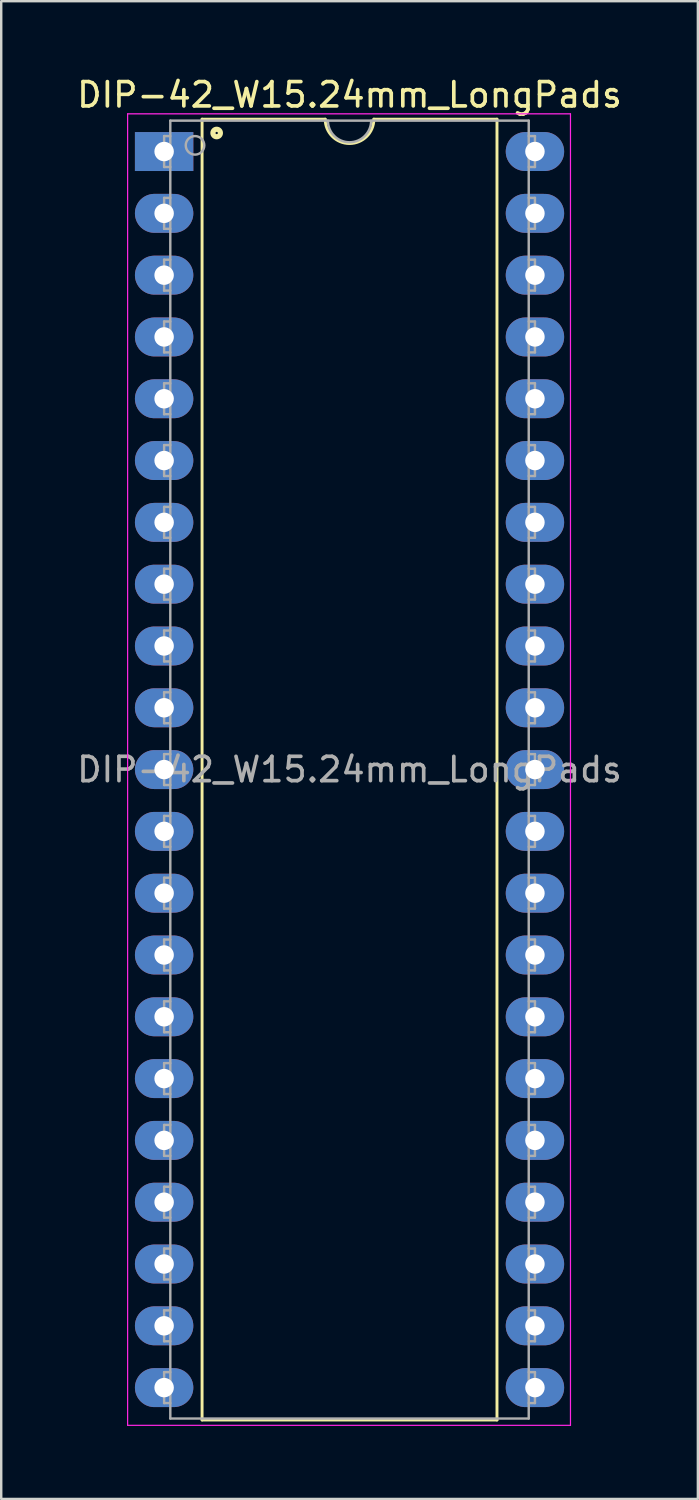
<source format=kicad_pcb>
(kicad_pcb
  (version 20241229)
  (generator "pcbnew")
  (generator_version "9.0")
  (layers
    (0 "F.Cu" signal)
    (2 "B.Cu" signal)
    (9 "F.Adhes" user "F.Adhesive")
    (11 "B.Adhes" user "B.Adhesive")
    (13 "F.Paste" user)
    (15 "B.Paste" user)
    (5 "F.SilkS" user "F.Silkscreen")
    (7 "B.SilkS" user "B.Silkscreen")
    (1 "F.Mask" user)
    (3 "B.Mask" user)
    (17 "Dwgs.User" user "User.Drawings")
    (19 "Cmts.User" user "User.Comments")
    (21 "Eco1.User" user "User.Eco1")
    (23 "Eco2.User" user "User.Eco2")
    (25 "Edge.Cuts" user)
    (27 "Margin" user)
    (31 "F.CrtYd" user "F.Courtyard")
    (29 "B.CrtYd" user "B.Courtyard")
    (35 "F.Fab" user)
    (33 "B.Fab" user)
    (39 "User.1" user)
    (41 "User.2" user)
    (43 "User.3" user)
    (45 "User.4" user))
  (footprint "DIP-42_W15.24mm_LongPads"
    (layer "F.Cu")
    (at 3.695 3.178)
    (property "Reference" "DIP-42_W15.24mm_LongPads" (at 7.62 -2.33 0) (layer "F.SilkS") (effects (font (size 1 1) (thickness 0.15))))
    (attr through_hole)
    (fp_line (start 1.56 -1.33) (end 1.56 52.13) (stroke (width 0.12) (type solid)) (layer "F.SilkS"))
    (fp_line (start 1.56 52.13) (end 13.68 52.13) (stroke (width 0.12) (type solid)) (layer "F.SilkS"))
    (fp_line (start 6.62 -1.33) (end 1.56 -1.33) (stroke (width 0.12) (type solid)) (layer "F.SilkS"))
    (fp_line (start 13.68 -1.33) (end 8.62 -1.33) (stroke (width 0.12) (type solid)) (layer "F.SilkS"))
    (fp_line (start 13.68 52.13) (end 13.68 -1.33) (stroke (width 0.12) (type solid)) (layer "F.SilkS"))
    (fp_arc (start 8.62 -1.33) (mid 7.62 -0.33) (end 6.62 -1.33) (stroke (width 0.12) (type solid)) (layer "F.SilkS"))
    (fp_circle (center 2.159 -0.762) (end 2.209 -0.762) (stroke (width 0.12) (type solid)) (fill no) (layer "F.SilkS"))
    (fp_circle (center 2.159 -0.762) (end 2.284 -0.762) (stroke (width 0.12) (type solid)) (fill no) (layer "F.SilkS"))
    (fp_circle (center 2.159 -0.762) (end 2.359 -0.762) (stroke (width 0.12) (type solid)) (fill no) (layer "F.SilkS"))
    (fp_line (start -1.5 -1.55) (end -1.5 52.35) (stroke (width 0.05) (type solid)) (layer "F.CrtYd"))
    (fp_line (start -1.5 52.35) (end 16.7 52.35) (stroke (width 0.05) (type solid)) (layer "F.CrtYd"))
    (fp_line (start 16.7 -1.55) (end -1.5 -1.55) (stroke (width 0.05) (type solid)) (layer "F.CrtYd"))
    (fp_line (start 16.7 52.35) (end 16.7 -1.55) (stroke (width 0.05) (type solid)) (layer "F.CrtYd"))
    (fp_line (start 0 -0.635) (end 0 0.635) (stroke (width 0.1) (type solid)) (layer "F.Fab"))
    (fp_line (start 0 -0.635) (end 0.254 -0.635) (stroke (width 0.1) (type solid)) (layer "F.Fab"))
    (fp_line (start 0 0.635) (end 0.254 0.635) (stroke (width 0.1) (type solid)) (layer "F.Fab"))
    (fp_line (start 0 1.905) (end 0 3.175) (stroke (width 0.1) (type solid)) (layer "F.Fab"))
    (fp_line (start 0 1.905) (end 0.254 1.905) (stroke (width 0.1) (type solid)) (layer "F.Fab"))
    (fp_line (start 0 3.175) (end 0.254 3.175) (stroke (width 0.1) (type solid)) (layer "F.Fab"))
    (fp_line (start 0 4.445) (end 0 5.715) (stroke (width 0.1) (type solid)) (layer "F.Fab"))
    (fp_line (start 0 4.445) (end 0.254 4.445) (stroke (width 0.1) (type solid)) (layer "F.Fab"))
    (fp_line (start 0 5.715) (end 0.254 5.715) (stroke (width 0.1) (type solid)) (layer "F.Fab"))
    (fp_line (start 0 6.985) (end 0 8.255) (stroke (width 0.1) (type solid)) (layer "F.Fab"))
    (fp_line (start 0 6.985) (end 0.254 6.985) (stroke (width 0.1) (type solid)) (layer "F.Fab"))
    (fp_line (start 0 8.255) (end 0.254 8.255) (stroke (width 0.1) (type solid)) (layer "F.Fab"))
    (fp_line (start 0 9.525) (end 0 10.795) (stroke (width 0.1) (type solid)) (layer "F.Fab"))
    (fp_line (start 0 9.525) (end 0.254 9.525) (stroke (width 0.1) (type solid)) (layer "F.Fab"))
    (fp_line (start 0 10.795) (end 0.254 10.795) (stroke (width 0.1) (type solid)) (layer "F.Fab"))
    (fp_line (start 0 12.065) (end 0 13.335) (stroke (width 0.1) (type solid)) (layer "F.Fab"))
    (fp_line (start 0 12.065) (end 0.254 12.065) (stroke (width 0.1) (type solid)) (layer "F.Fab"))
    (fp_line (start 0 13.335) (end 0.254 13.335) (stroke (width 0.1) (type solid)) (layer "F.Fab"))
    (fp_line (start 0 14.605) (end 0 15.875) (stroke (width 0.1) (type solid)) (layer "F.Fab"))
    (fp_line (start 0 14.605) (end 0.254 14.605) (stroke (width 0.1) (type solid)) (layer "F.Fab"))
    (fp_line (start 0 15.875) (end 0.254 15.875) (stroke (width 0.1) (type solid)) (layer "F.Fab"))
    (fp_line (start 0 17.145) (end 0 18.415) (stroke (width 0.1) (type solid)) (layer "F.Fab"))
    (fp_line (start 0 17.145) (end 0.254 17.145) (stroke (width 0.1) (type solid)) (layer "F.Fab"))
    (fp_line (start 0 18.415) (end 0.254 18.415) (stroke (width 0.1) (type solid)) (layer "F.Fab"))
    (fp_line (start 0 19.685) (end 0 20.955) (stroke (width 0.1) (type solid)) (layer "F.Fab"))
    (fp_line (start 0 19.685) (end 0.254 19.685) (stroke (width 0.1) (type solid)) (layer "F.Fab"))
    (fp_line (start 0 20.955) (end 0.254 20.955) (stroke (width 0.1) (type solid)) (layer "F.Fab"))
    (fp_line (start 0 22.225) (end 0 23.495) (stroke (width 0.1) (type solid)) (layer "F.Fab"))
    (fp_line (start 0 22.225) (end 0.254 22.225) (stroke (width 0.1) (type solid)) (layer "F.Fab"))
    (fp_line (start 0 23.495) (end 0.254 23.495) (stroke (width 0.1) (type solid)) (layer "F.Fab"))
    (fp_line (start 0 24.765) (end 0 26.035) (stroke (width 0.1) (type solid)) (layer "F.Fab"))
    (fp_line (start 0 24.765) (end 0.254 24.765) (stroke (width 0.1) (type solid)) (layer "F.Fab"))
    (fp_line (start 0 26.035) (end 0.254 26.035) (stroke (width 0.1) (type solid)) (layer "F.Fab"))
    (fp_line (start 0 27.305) (end 0 28.575) (stroke (width 0.1) (type solid)) (layer "F.Fab"))
    (fp_line (start 0 27.305) (end 0.254 27.305) (stroke (width 0.1) (type solid)) (layer "F.Fab"))
    (fp_line (start 0 28.575) (end 0.254 28.575) (stroke (width 0.1) (type solid)) (layer "F.Fab"))
    (fp_line (start 0 29.845) (end 0 31.115) (stroke (width 0.1) (type solid)) (layer "F.Fab"))
    (fp_line (start 0 29.845) (end 0.254 29.845) (stroke (width 0.1) (type solid)) (layer "F.Fab"))
    (fp_line (start 0 31.115) (end 0.254 31.115) (stroke (width 0.1) (type solid)) (layer "F.Fab"))
    (fp_line (start 0 32.385) (end 0 33.655) (stroke (width 0.1) (type solid)) (layer "F.Fab"))
    (fp_line (start 0 32.385) (end 0.254 32.385) (stroke (width 0.1) (type solid)) (layer "F.Fab"))
    (fp_line (start 0 33.655) (end 0.254 33.655) (stroke (width 0.1) (type solid)) (layer "F.Fab"))
    (fp_line (start 0 34.925) (end 0 36.195) (stroke (width 0.1) (type solid)) (layer "F.Fab"))
    (fp_line (start 0 34.925) (end 0.254 34.925) (stroke (width 0.1) (type solid)) (layer "F.Fab"))
    (fp_line (start 0 36.195) (end 0.254 36.195) (stroke (width 0.1) (type solid)) (layer "F.Fab"))
    (fp_line (start 0 37.465) (end 0 38.735) (stroke (width 0.1) (type solid)) (layer "F.Fab"))
    (fp_line (start 0 37.465) (end 0.254 37.465) (stroke (width 0.1) (type solid)) (layer "F.Fab"))
    (fp_line (start 0 38.735) (end 0.254 38.735) (stroke (width 0.1) (type solid)) (layer "F.Fab"))
    (fp_line (start 0 40.005) (end 0 41.275) (stroke (width 0.1) (type solid)) (layer "F.Fab"))
    (fp_line (start 0 40.005) (end 0.254 40.005) (stroke (width 0.1) (type solid)) (layer "F.Fab"))
    (fp_line (start 0 41.275) (end 0.254 41.275) (stroke (width 0.1) (type solid)) (layer "F.Fab"))
    (fp_line (start 0 42.545) (end 0 43.815) (stroke (width 0.1) (type solid)) (layer "F.Fab"))
    (fp_line (start 0 42.545) (end 0.254 42.545) (stroke (width 0.1) (type solid)) (layer "F.Fab"))
    (fp_line (start 0 43.815) (end 0.254 43.815) (stroke (width 0.1) (type solid)) (layer "F.Fab"))
    (fp_line (start 0 45.085) (end 0 46.355) (stroke (width 0.1) (type solid)) (layer "F.Fab"))
    (fp_line (start 0 45.085) (end 0.254 45.085) (stroke (width 0.1) (type solid)) (layer "F.Fab"))
    (fp_line (start 0 46.355) (end 0.254 46.355) (stroke (width 0.1) (type solid)) (layer "F.Fab"))
    (fp_line (start 0 47.625) (end 0 48.895) (stroke (width 0.1) (type solid)) (layer "F.Fab"))
    (fp_line (start 0 47.625) (end 0.254 47.625) (stroke (width 0.1) (type solid)) (layer "F.Fab"))
    (fp_line (start 0 48.895) (end 0.254 48.895) (stroke (width 0.1) (type solid)) (layer "F.Fab"))
    (fp_line (start 0 50.165) (end 0 51.435) (stroke (width 0.1) (type solid)) (layer "F.Fab"))
    (fp_line (start 0 50.165) (end 0.254 50.165) (stroke (width 0.1) (type solid)) (layer "F.Fab"))
    (fp_line (start 0 51.435) (end 0.254 51.435) (stroke (width 0.1) (type solid)) (layer "F.Fab"))
    (fp_line (start 0.254 -1.27) (end 14.985 -1.27) (stroke (width 0.1) (type solid)) (layer "F.Fab"))
    (fp_line (start 0.255 52.07) (end 0.254 -1.27) (stroke (width 0.1) (type solid)) (layer "F.Fab"))
    (fp_line (start 14.985 -1.27) (end 14.985 52.07) (stroke (width 0.1) (type solid)) (layer "F.Fab"))
    (fp_line (start 14.985 52.07) (end 0.255 52.07) (stroke (width 0.1) (type solid)) (layer "F.Fab"))
    (fp_line (start 15.24 -0.635) (end 14.986 -0.635) (stroke (width 0.1) (type solid)) (layer "F.Fab"))
    (fp_line (start 15.24 0.635) (end 14.986 0.635) (stroke (width 0.1) (type solid)) (layer "F.Fab"))
    (fp_line (start 15.24 0.635) (end 15.24 -0.635) (stroke (width 0.1) (type solid)) (layer "F.Fab"))
    (fp_line (start 15.24 1.905) (end 14.986 1.905) (stroke (width 0.1) (type solid)) (layer "F.Fab"))
    (fp_line (start 15.24 3.175) (end 14.986 3.175) (stroke (width 0.1) (type solid)) (layer "F.Fab"))
    (fp_line (start 15.24 3.175) (end 15.24 1.905) (stroke (width 0.1) (type solid)) (layer "F.Fab"))
    (fp_line (start 15.24 4.445) (end 14.986 4.445) (stroke (width 0.1) (type solid)) (layer "F.Fab"))
    (fp_line (start 15.24 5.715) (end 14.986 5.715) (stroke (width 0.1) (type solid)) (layer "F.Fab"))
    (fp_line (start 15.24 5.715) (end 15.24 4.445) (stroke (width 0.1) (type solid)) (layer "F.Fab"))
    (fp_line (start 15.24 6.985) (end 14.986 6.985) (stroke (width 0.1) (type solid)) (layer "F.Fab"))
    (fp_line (start 15.24 8.255) (end 14.986 8.255) (stroke (width 0.1) (type solid)) (layer "F.Fab"))
    (fp_line (start 15.24 8.255) (end 15.24 6.985) (stroke (width 0.1) (type solid)) (layer "F.Fab"))
    (fp_line (start 15.24 9.525) (end 14.986 9.525) (stroke (width 0.1) (type solid)) (layer "F.Fab"))
    (fp_line (start 15.24 10.795) (end 14.986 10.795) (stroke (width 0.1) (type solid)) (layer "F.Fab"))
    (fp_line (start 15.24 10.795) (end 15.24 9.525) (stroke (width 0.1) (type solid)) (layer "F.Fab"))
    (fp_line (start 15.24 12.065) (end 14.986 12.065) (stroke (width 0.1) (type solid)) (layer "F.Fab"))
    (fp_line (start 15.24 13.335) (end 14.986 13.335) (stroke (width 0.1) (type solid)) (layer "F.Fab"))
    (fp_line (start 15.24 13.335) (end 15.24 12.065) (stroke (width 0.1) (type solid)) (layer "F.Fab"))
    (fp_line (start 15.24 14.605) (end 14.986 14.605) (stroke (width 0.1) (type solid)) (layer "F.Fab"))
    (fp_line (start 15.24 15.875) (end 14.986 15.875) (stroke (width 0.1) (type solid)) (layer "F.Fab"))
    (fp_line (start 15.24 15.875) (end 15.24 14.605) (stroke (width 0.1) (type solid)) (layer "F.Fab"))
    (fp_line (start 15.24 17.145) (end 14.986 17.145) (stroke (width 0.1) (type solid)) (layer "F.Fab"))
    (fp_line (start 15.24 18.415) (end 14.986 18.415) (stroke (width 0.1) (type solid)) (layer "F.Fab"))
    (fp_line (start 15.24 18.415) (end 15.24 17.145) (stroke (width 0.1) (type solid)) (layer "F.Fab"))
    (fp_line (start 15.24 19.685) (end 14.986 19.685) (stroke (width 0.1) (type solid)) (layer "F.Fab"))
    (fp_line (start 15.24 20.955) (end 14.986 20.955) (stroke (width 0.1) (type solid)) (layer "F.Fab"))
    (fp_line (start 15.24 20.955) (end 15.24 19.685) (stroke (width 0.1) (type solid)) (layer "F.Fab"))
    (fp_line (start 15.24 22.225) (end 14.986 22.225) (stroke (width 0.1) (type solid)) (layer "F.Fab"))
    (fp_line (start 15.24 23.495) (end 14.986 23.495) (stroke (width 0.1) (type solid)) (layer "F.Fab"))
    (fp_line (start 15.24 23.495) (end 15.24 22.225) (stroke (width 0.1) (type solid)) (layer "F.Fab"))
    (fp_line (start 15.24 24.765) (end 14.986 24.765) (stroke (width 0.1) (type solid)) (layer "F.Fab"))
    (fp_line (start 15.24 26.035) (end 14.986 26.035) (stroke (width 0.1) (type solid)) (layer "F.Fab"))
    (fp_line (start 15.24 26.035) (end 15.24 24.765) (stroke (width 0.1) (type solid)) (layer "F.Fab"))
    (fp_line (start 15.24 27.305) (end 14.986 27.305) (stroke (width 0.1) (type solid)) (layer "F.Fab"))
    (fp_line (start 15.24 28.575) (end 14.986 28.575) (stroke (width 0.1) (type solid)) (layer "F.Fab"))
    (fp_line (start 15.24 28.575) (end 15.24 27.305) (stroke (width 0.1) (type solid)) (layer "F.Fab"))
    (fp_line (start 15.24 29.845) (end 14.986 29.845) (stroke (width 0.1) (type solid)) (layer "F.Fab"))
    (fp_line (start 15.24 31.115) (end 14.986 31.115) (stroke (width 0.1) (type solid)) (layer "F.Fab"))
    (fp_line (start 15.24 31.115) (end 15.24 29.845) (stroke (width 0.1) (type solid)) (layer "F.Fab"))
    (fp_line (start 15.24 32.385) (end 14.986 32.385) (stroke (width 0.1) (type solid)) (layer "F.Fab"))
    (fp_line (start 15.24 33.655) (end 14.986 33.655) (stroke (width 0.1) (type solid)) (layer "F.Fab"))
    (fp_line (start 15.24 33.655) (end 15.24 32.385) (stroke (width 0.1) (type solid)) (layer "F.Fab"))
    (fp_line (start 15.24 34.925) (end 14.986 34.925) (stroke (width 0.1) (type solid)) (layer "F.Fab"))
    (fp_line (start 15.24 36.195) (end 14.986 36.195) (stroke (width 0.1) (type solid)) (layer "F.Fab"))
    (fp_line (start 15.24 36.195) (end 15.24 34.925) (stroke (width 0.1) (type solid)) (layer "F.Fab"))
    (fp_line (start 15.24 37.465) (end 14.986 37.465) (stroke (width 0.1) (type solid)) (layer "F.Fab"))
    (fp_line (start 15.24 38.735) (end 14.986 38.735) (stroke (width 0.1) (type solid)) (layer "F.Fab"))
    (fp_line (start 15.24 38.735) (end 15.24 37.465) (stroke (width 0.1) (type solid)) (layer "F.Fab"))
    (fp_line (start 15.24 40.005) (end 14.986 40.005) (stroke (width 0.1) (type solid)) (layer "F.Fab"))
    (fp_line (start 15.24 41.275) (end 14.986 41.275) (stroke (width 0.1) (type solid)) (layer "F.Fab"))
    (fp_line (start 15.24 41.275) (end 15.24 40.005) (stroke (width 0.1) (type solid)) (layer "F.Fab"))
    (fp_line (start 15.24 42.545) (end 14.986 42.545) (stroke (width 0.1) (type solid)) (layer "F.Fab"))
    (fp_line (start 15.24 43.815) (end 14.986 43.815) (stroke (width 0.1) (type solid)) (layer "F.Fab"))
    (fp_line (start 15.24 43.815) (end 15.24 42.545) (stroke (width 0.1) (type solid)) (layer "F.Fab"))
    (fp_line (start 15.24 45.085) (end 14.986 45.085) (stroke (width 0.1) (type solid)) (layer "F.Fab"))
    (fp_line (start 15.24 46.355) (end 14.986 46.355) (stroke (width 0.1) (type solid)) (layer "F.Fab"))
    (fp_line (start 15.24 46.355) (end 15.24 45.085) (stroke (width 0.1) (type solid)) (layer "F.Fab"))
    (fp_line (start 15.24 47.625) (end 14.986 47.625) (stroke (width 0.1) (type solid)) (layer "F.Fab"))
    (fp_line (start 15.24 48.895) (end 14.986 48.895) (stroke (width 0.1) (type solid)) (layer "F.Fab"))
    (fp_line (start 15.24 48.895) (end 15.24 47.625) (stroke (width 0.1) (type solid)) (layer "F.Fab"))
    (fp_line (start 15.24 50.165) (end 14.986 50.165) (stroke (width 0.1) (type solid)) (layer "F.Fab"))
    (fp_line (start 15.24 51.435) (end 14.986 51.435) (stroke (width 0.1) (type solid)) (layer "F.Fab"))
    (fp_line (start 15.24 51.435) (end 15.24 50.165) (stroke (width 0.1) (type solid)) (layer "F.Fab"))
    (fp_arc (start 8.509 -1.27) (mid 7.62 -0.381) (end 6.731 -1.27) (stroke (width 0.1) (type solid)) (layer "F.Fab"))
    (fp_circle (center 1.27 -0.254) (end 1.651 -0.254) (stroke (width 0.1) (type solid)) (fill no) (layer "F.Fab"))
    (fp_text user "${REFERENCE}" (at 7.62 25.4 0) (layer "F.Fab") (effects (font (size 1 1) (thickness 0.15))))
    (pad "1" thru_hole rect (at 0 0) (size 2.4 1.6) (drill 0.8) (layers "*.Cu" "*.Mask"))
    (pad "2" thru_hole oval (at 0 2.54) (size 2.4 1.6) (drill 0.8) (layers "*.Cu" "*.Mask"))
    (pad "3" thru_hole oval (at 0 5.08) (size 2.4 1.6) (drill 0.8) (layers "*.Cu" "*.Mask"))
    (pad "4" thru_hole oval (at 0 7.62) (size 2.4 1.6) (drill 0.8) (layers "*.Cu" "*.Mask"))
    (pad "5" thru_hole oval (at 0 10.16) (size 2.4 1.6) (drill 0.8) (layers "*.Cu" "*.Mask"))
    (pad "6" thru_hole oval (at 0 12.7) (size 2.4 1.6) (drill 0.8) (layers "*.Cu" "*.Mask"))
    (pad "7" thru_hole oval (at 0 15.24) (size 2.4 1.6) (drill 0.8) (layers "*.Cu" "*.Mask"))
    (pad "8" thru_hole oval (at 0 17.78) (size 2.4 1.6) (drill 0.8) (layers "*.Cu" "*.Mask"))
    (pad "9" thru_hole oval (at 0 20.32) (size 2.4 1.6) (drill 0.8) (layers "*.Cu" "*.Mask"))
    (pad "10" thru_hole oval (at 0 22.86) (size 2.4 1.6) (drill 0.8) (layers "*.Cu" "*.Mask"))
    (pad "11" thru_hole oval (at 0 25.4) (size 2.4 1.6) (drill 0.8) (layers "*.Cu" "*.Mask"))
    (pad "12" thru_hole oval (at 0 27.94) (size 2.4 1.6) (drill 0.8) (layers "*.Cu" "*.Mask"))
    (pad "13" thru_hole oval (at 0 30.48) (size 2.4 1.6) (drill 0.8) (layers "*.Cu" "*.Mask"))
    (pad "14" thru_hole oval (at 0 33.02) (size 2.4 1.6) (drill 0.8) (layers "*.Cu" "*.Mask"))
    (pad "15" thru_hole oval (at 0 35.56) (size 2.4 1.6) (drill 0.8) (layers "*.Cu" "*.Mask"))
    (pad "16" thru_hole oval (at 0 38.1) (size 2.4 1.6) (drill 0.8) (layers "*.Cu" "*.Mask"))
    (pad "17" thru_hole oval (at 0 40.64) (size 2.4 1.6) (drill 0.8) (layers "*.Cu" "*.Mask"))
    (pad "18" thru_hole oval (at 0 43.18) (size 2.4 1.6) (drill 0.8) (layers "*.Cu" "*.Mask"))
    (pad "19" thru_hole oval (at 0 45.72) (size 2.4 1.6) (drill 0.8) (layers "*.Cu" "*.Mask"))
    (pad "20" thru_hole oval (at 0 48.26) (size 2.4 1.6) (drill 0.8) (layers "*.Cu" "*.Mask"))
    (pad "21" thru_hole oval (at 0 50.8) (size 2.4 1.6) (drill 0.8) (layers "*.Cu" "*.Mask"))
    (pad "22" thru_hole oval (at 15.24 50.8) (size 2.4 1.6) (drill 0.8) (layers "*.Cu" "*.Mask"))
    (pad "23" thru_hole oval (at 15.24 48.26) (size 2.4 1.6) (drill 0.8) (layers "*.Cu" "*.Mask"))
    (pad "24" thru_hole oval (at 15.24 45.72) (size 2.4 1.6) (drill 0.8) (layers "*.Cu" "*.Mask"))
    (pad "25" thru_hole oval (at 15.24 43.18) (size 2.4 1.6) (drill 0.8) (layers "*.Cu" "*.Mask"))
    (pad "26" thru_hole oval (at 15.24 40.64) (size 2.4 1.6) (drill 0.8) (layers "*.Cu" "*.Mask"))
    (pad "27" thru_hole oval (at 15.24 38.1) (size 2.4 1.6) (drill 0.8) (layers "*.Cu" "*.Mask"))
    (pad "28" thru_hole oval (at 15.24 35.56) (size 2.4 1.6) (drill 0.8) (layers "*.Cu" "*.Mask"))
    (pad "29" thru_hole oval (at 15.24 33.02) (size 2.4 1.6) (drill 0.8) (layers "*.Cu" "*.Mask"))
    (pad "30" thru_hole oval (at 15.24 30.48) (size 2.4 1.6) (drill 0.8) (layers "*.Cu" "*.Mask"))
    (pad "31" thru_hole oval (at 15.24 27.94) (size 2.4 1.6) (drill 0.8) (layers "*.Cu" "*.Mask"))
    (pad "32" thru_hole oval (at 15.24 25.4) (size 2.4 1.6) (drill 0.8) (layers "*.Cu" "*.Mask"))
    (pad "33" thru_hole oval (at 15.24 22.86) (size 2.4 1.6) (drill 0.8) (layers "*.Cu" "*.Mask"))
    (pad "34" thru_hole oval (at 15.24 20.32) (size 2.4 1.6) (drill 0.8) (layers "*.Cu" "*.Mask"))
    (pad "35" thru_hole oval (at 15.24 17.78) (size 2.4 1.6) (drill 0.8) (layers "*.Cu" "*.Mask"))
    (pad "36" thru_hole oval (at 15.24 15.24) (size 2.4 1.6) (drill 0.8) (layers "*.Cu" "*.Mask"))
    (pad "37" thru_hole oval (at 15.24 12.7) (size 2.4 1.6) (drill 0.8) (layers "*.Cu" "*.Mask"))
    (pad "38" thru_hole oval (at 15.24 10.16) (size 2.4 1.6) (drill 0.8) (layers "*.Cu" "*.Mask"))
    (pad "39" thru_hole oval (at 15.24 7.62) (size 2.4 1.6) (drill 0.8) (layers "*.Cu" "*.Mask"))
    (pad "40" thru_hole oval (at 15.24 5.08) (size 2.4 1.6) (drill 0.8) (layers "*.Cu" "*.Mask"))
    (pad "41" thru_hole oval (at 15.24 2.54) (size 2.4 1.6) (drill 0.8) (layers "*.Cu" "*.Mask"))
    (pad "42" thru_hole oval (at 15.24 0) (size 2.4 1.6) (drill 0.8) (layers "*.Cu" "*.Mask")))
  (gr_rect
    (start -3 -3)
    (end 25.631 58.553)
    (stroke (width 0.1) (type default))
    (fill no)
    (layer "Edge.Cuts")))
</source>
